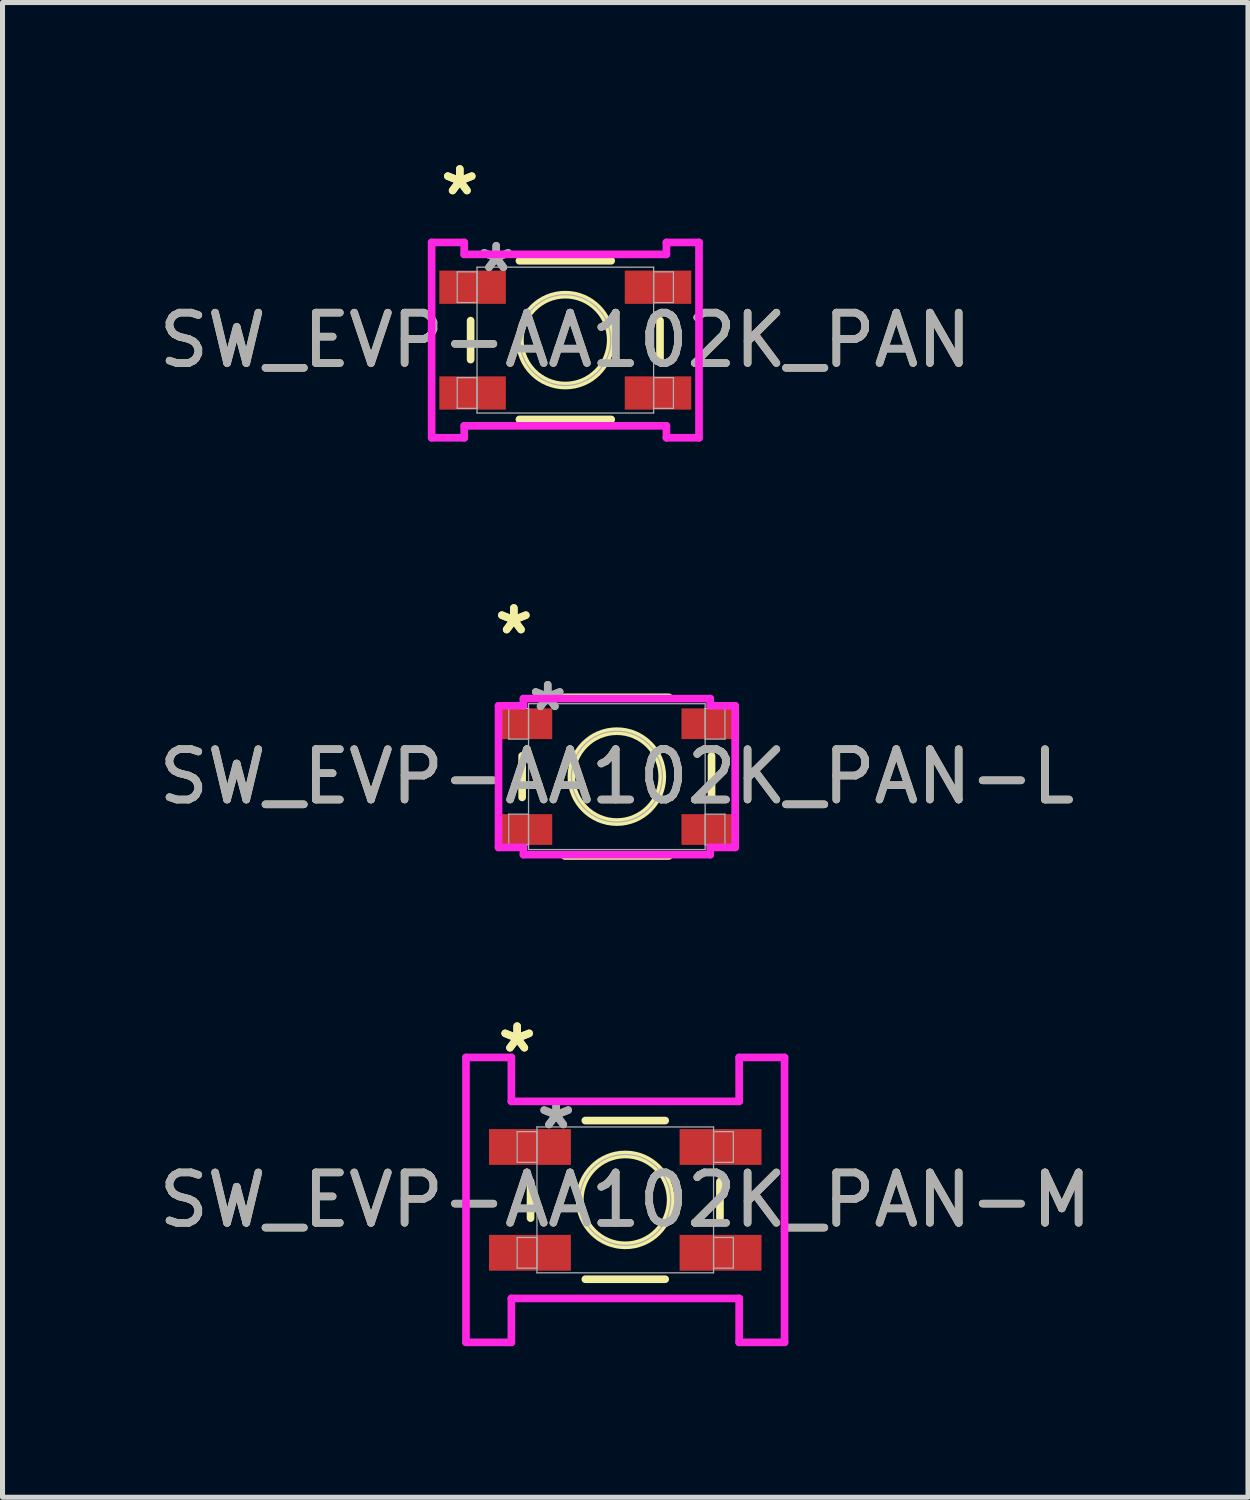
<source format=kicad_pcb>
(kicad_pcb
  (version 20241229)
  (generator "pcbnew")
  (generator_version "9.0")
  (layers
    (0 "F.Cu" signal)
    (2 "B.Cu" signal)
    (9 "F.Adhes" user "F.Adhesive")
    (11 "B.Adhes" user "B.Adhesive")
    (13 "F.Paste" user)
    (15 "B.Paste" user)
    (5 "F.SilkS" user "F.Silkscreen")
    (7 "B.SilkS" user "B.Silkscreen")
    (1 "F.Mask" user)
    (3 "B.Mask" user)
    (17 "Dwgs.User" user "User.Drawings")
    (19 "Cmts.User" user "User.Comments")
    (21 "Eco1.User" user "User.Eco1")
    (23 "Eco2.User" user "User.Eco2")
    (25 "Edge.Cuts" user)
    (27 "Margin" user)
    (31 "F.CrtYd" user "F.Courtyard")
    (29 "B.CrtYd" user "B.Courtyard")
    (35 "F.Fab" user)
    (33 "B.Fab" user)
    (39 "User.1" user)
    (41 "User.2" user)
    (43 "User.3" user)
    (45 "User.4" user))
  (footprint "SW_EVP-AA102K_PAN-L"
    (layer "F.Cu")
    (at 9.196 12.368)
    (property "Reference" "SW_EVP-AA102K_PAN-L" (at 0 0 0) (unlocked yes) (layer "F.SilkS") (effects (font (size 1 1) (thickness 0.15))))
    (attr smd)
    (fp_line (start -1.88 -0.412) (end -1.88 0.412) (stroke (width 0.152) (type solid)) (layer "F.SilkS"))
    (fp_line (start -1.033 1.575) (end 1.033 1.575) (stroke (width 0.152) (type solid)) (layer "F.SilkS"))
    (fp_line (start 1.033 -1.575) (end -1.033 -1.575) (stroke (width 0.152) (type solid)) (layer "F.SilkS"))
    (fp_line (start 1.88 0.412) (end 1.88 -0.412) (stroke (width 0.152) (type solid)) (layer "F.SilkS"))
    (fp_circle (center 0 0) (end 0.902 0) (stroke (width 0.152) (type solid)) (fill no) (layer "F.SilkS"))
    (fp_line (start -2.349 -1.406) (end -1.854 -1.406) (stroke (width 0.152) (type solid)) (layer "F.CrtYd"))
    (fp_line (start -2.349 1.406) (end -2.349 -1.406) (stroke (width 0.152) (type solid)) (layer "F.CrtYd"))
    (fp_line (start -1.854 -1.549) (end 1.854 -1.549) (stroke (width 0.152) (type solid)) (layer "F.CrtYd"))
    (fp_line (start -1.854 -1.406) (end -1.854 -1.549) (stroke (width 0.152) (type solid)) (layer "F.CrtYd"))
    (fp_line (start -1.854 1.406) (end -2.349 1.406) (stroke (width 0.152) (type solid)) (layer "F.CrtYd"))
    (fp_line (start -1.854 1.549) (end -1.854 1.406) (stroke (width 0.152) (type solid)) (layer "F.CrtYd"))
    (fp_line (start 1.854 -1.549) (end 1.854 -1.406) (stroke (width 0.152) (type solid)) (layer "F.CrtYd"))
    (fp_line (start 1.854 -1.406) (end 2.349 -1.406) (stroke (width 0.152) (type solid)) (layer "F.CrtYd"))
    (fp_line (start 1.854 1.406) (end 1.854 1.549) (stroke (width 0.152) (type solid)) (layer "F.CrtYd"))
    (fp_line (start 1.854 1.549) (end -1.854 1.549) (stroke (width 0.152) (type solid)) (layer "F.CrtYd"))
    (fp_line (start 2.349 -1.406) (end 2.349 1.406) (stroke (width 0.152) (type solid)) (layer "F.CrtYd"))
    (fp_line (start 2.349 1.406) (end 1.854 1.406) (stroke (width 0.152) (type solid)) (layer "F.CrtYd"))
    (fp_line (start -2.146 -1.355) (end -2.146 -0.745) (stroke (width 0.025) (type solid)) (layer "F.Fab"))
    (fp_line (start -2.146 -0.745) (end -1.753 -0.745) (stroke (width 0.025) (type solid)) (layer "F.Fab"))
    (fp_line (start -2.146 0.745) (end -2.146 1.355) (stroke (width 0.025) (type solid)) (layer "F.Fab"))
    (fp_line (start -2.146 1.355) (end -1.753 1.355) (stroke (width 0.025) (type solid)) (layer "F.Fab"))
    (fp_line (start -1.753 -1.448) (end -1.753 1.448) (stroke (width 0.025) (type solid)) (layer "F.Fab"))
    (fp_line (start -1.753 -1.355) (end -2.146 -1.355) (stroke (width 0.025) (type solid)) (layer "F.Fab"))
    (fp_line (start -1.753 -0.745) (end -1.753 -1.355) (stroke (width 0.025) (type solid)) (layer "F.Fab"))
    (fp_line (start -1.753 0.745) (end -2.146 0.745) (stroke (width 0.025) (type solid)) (layer "F.Fab"))
    (fp_line (start -1.753 1.355) (end -1.753 0.745) (stroke (width 0.025) (type solid)) (layer "F.Fab"))
    (fp_line (start -1.753 1.448) (end 1.753 1.448) (stroke (width 0.025) (type solid)) (layer "F.Fab"))
    (fp_line (start 1.753 -1.448) (end -1.753 -1.448) (stroke (width 0.025) (type solid)) (layer "F.Fab"))
    (fp_line (start 1.753 -1.355) (end 1.753 -0.745) (stroke (width 0.025) (type solid)) (layer "F.Fab"))
    (fp_line (start 1.753 -0.745) (end 2.146 -0.745) (stroke (width 0.025) (type solid)) (layer "F.Fab"))
    (fp_line (start 1.753 0.745) (end 1.753 1.355) (stroke (width 0.025) (type solid)) (layer "F.Fab"))
    (fp_line (start 1.753 1.355) (end 2.146 1.355) (stroke (width 0.025) (type solid)) (layer "F.Fab"))
    (fp_line (start 1.753 1.448) (end 1.753 -1.448) (stroke (width 0.025) (type solid)) (layer "F.Fab"))
    (fp_line (start 2.146 -1.355) (end 1.753 -1.355) (stroke (width 0.025) (type solid)) (layer "F.Fab"))
    (fp_line (start 2.146 -0.745) (end 2.146 -1.355) (stroke (width 0.025) (type solid)) (layer "F.Fab"))
    (fp_line (start 2.146 0.745) (end 1.753 0.745) (stroke (width 0.025) (type solid)) (layer "F.Fab"))
    (fp_line (start 2.146 1.355) (end 2.146 0.745) (stroke (width 0.025) (type solid)) (layer "F.Fab"))
    (fp_circle (center 0 0) (end 0.902 0) (stroke (width 0.025) (type solid)) (fill no) (layer "F.Fab"))
    (fp_text user "*" (at -2.045 -2.803 0) (layer "F.SilkS") (effects (font (size 1 1) (thickness 0.15))))
    (fp_text user "*" (at -2.045 -2.803 0) (unlocked yes) (layer "F.SilkS") (effects (font (size 1 1) (thickness 0.15))))
    (fp_text user "${REFERENCE}" (at 0 0 0) (unlocked yes) (layer "F.Fab") (effects (font (size 1 1) (thickness 0.15))))
    (fp_text user "*" (at -1.372 -1.279 0) (unlocked yes) (layer "F.Fab") (effects (font (size 1 1) (thickness 0.15))))
    (fp_text user "*" (at -1.372 -1.279 0) (layer "F.Fab") (effects (font (size 1 1) (thickness 0.15))))
    (pad "1" smd rect (at -1.791 -1.05) (size 1.016 0.61) (layers "F.Cu" "F.Mask" "F.Paste"))
    (pad "2" smd rect (at -1.791 1.05) (size 1.016 0.61) (layers "F.Cu" "F.Mask" "F.Paste"))
    (pad "3" smd rect (at 1.791 1.05) (size 1.016 0.61) (layers "F.Cu" "F.Mask" "F.Paste"))
    (pad "4" smd rect (at 1.791 -1.05) (size 1.016 0.61) (layers "F.Cu" "F.Mask" "F.Paste")))
  (footprint "SW_EVP-AA102K_PAN-M"
    (layer "F.Cu")
    (at 9.363 20.771)
    (property "Reference" "SW_EVP-AA102K_PAN-M" (at 0 0 0) (unlocked yes) (layer "F.SilkS") (effects (font (size 1 1) (thickness 0.15))))
    (attr smd)
    (fp_line (start -1.88 -0.362) (end -1.88 0.362) (stroke (width 0.152) (type solid)) (layer "F.SilkS"))
    (fp_line (start -0.793 1.575) (end 0.793 1.575) (stroke (width 0.152) (type solid)) (layer "F.SilkS"))
    (fp_line (start 0.793 -1.575) (end -0.793 -1.575) (stroke (width 0.152) (type solid)) (layer "F.SilkS"))
    (fp_line (start 1.88 0.362) (end 1.88 -0.362) (stroke (width 0.152) (type solid)) (layer "F.SilkS"))
    (fp_circle (center 0 0) (end 0.902 0) (stroke (width 0.152) (type solid)) (fill no) (layer "F.SilkS"))
    (fp_line (start -3.162 -2.828) (end -2.261 -2.828) (stroke (width 0.152) (type solid)) (layer "F.CrtYd"))
    (fp_line (start -3.162 2.828) (end -3.162 -2.828) (stroke (width 0.152) (type solid)) (layer "F.CrtYd"))
    (fp_line (start -2.261 -2.828) (end -2.261 -1.956) (stroke (width 0.152) (type solid)) (layer "F.CrtYd"))
    (fp_line (start -2.261 -1.956) (end 2.261 -1.956) (stroke (width 0.152) (type solid)) (layer "F.CrtYd"))
    (fp_line (start -2.261 1.956) (end -2.261 2.828) (stroke (width 0.152) (type solid)) (layer "F.CrtYd"))
    (fp_line (start -2.261 2.828) (end -3.162 2.828) (stroke (width 0.152) (type solid)) (layer "F.CrtYd"))
    (fp_line (start 2.261 -2.828) (end 3.162 -2.828) (stroke (width 0.152) (type solid)) (layer "F.CrtYd"))
    (fp_line (start 2.261 -1.956) (end 2.261 -2.828) (stroke (width 0.152) (type solid)) (layer "F.CrtYd"))
    (fp_line (start 2.261 1.956) (end -2.261 1.956) (stroke (width 0.152) (type solid)) (layer "F.CrtYd"))
    (fp_line (start 2.261 2.828) (end 2.261 1.956) (stroke (width 0.152) (type solid)) (layer "F.CrtYd"))
    (fp_line (start 3.162 -2.828) (end 3.162 2.828) (stroke (width 0.152) (type solid)) (layer "F.CrtYd"))
    (fp_line (start 3.162 2.828) (end 2.261 2.828) (stroke (width 0.152) (type solid)) (layer "F.CrtYd"))
    (fp_line (start -2.146 -1.355) (end -2.146 -0.745) (stroke (width 0.025) (type solid)) (layer "F.Fab"))
    (fp_line (start -2.146 -0.745) (end -1.753 -0.745) (stroke (width 0.025) (type solid)) (layer "F.Fab"))
    (fp_line (start -2.146 0.745) (end -2.146 1.355) (stroke (width 0.025) (type solid)) (layer "F.Fab"))
    (fp_line (start -2.146 1.355) (end -1.753 1.355) (stroke (width 0.025) (type solid)) (layer "F.Fab"))
    (fp_line (start -1.753 -1.448) (end -1.753 1.448) (stroke (width 0.025) (type solid)) (layer "F.Fab"))
    (fp_line (start -1.753 -1.355) (end -2.146 -1.355) (stroke (width 0.025) (type solid)) (layer "F.Fab"))
    (fp_line (start -1.753 -0.745) (end -1.753 -1.355) (stroke (width 0.025) (type solid)) (layer "F.Fab"))
    (fp_line (start -1.753 0.745) (end -2.146 0.745) (stroke (width 0.025) (type solid)) (layer "F.Fab"))
    (fp_line (start -1.753 1.355) (end -1.753 0.745) (stroke (width 0.025) (type solid)) (layer "F.Fab"))
    (fp_line (start -1.753 1.448) (end 1.753 1.448) (stroke (width 0.025) (type solid)) (layer "F.Fab"))
    (fp_line (start 1.753 -1.448) (end -1.753 -1.448) (stroke (width 0.025) (type solid)) (layer "F.Fab"))
    (fp_line (start 1.753 -1.355) (end 1.753 -0.745) (stroke (width 0.025) (type solid)) (layer "F.Fab"))
    (fp_line (start 1.753 -0.745) (end 2.146 -0.745) (stroke (width 0.025) (type solid)) (layer "F.Fab"))
    (fp_line (start 1.753 0.745) (end 1.753 1.355) (stroke (width 0.025) (type solid)) (layer "F.Fab"))
    (fp_line (start 1.753 1.355) (end 2.146 1.355) (stroke (width 0.025) (type solid)) (layer "F.Fab"))
    (fp_line (start 1.753 1.448) (end 1.753 -1.448) (stroke (width 0.025) (type solid)) (layer "F.Fab"))
    (fp_line (start 2.146 -1.355) (end 1.753 -1.355) (stroke (width 0.025) (type solid)) (layer "F.Fab"))
    (fp_line (start 2.146 -0.745) (end 2.146 -1.355) (stroke (width 0.025) (type solid)) (layer "F.Fab"))
    (fp_line (start 2.146 0.745) (end 1.753 0.745) (stroke (width 0.025) (type solid)) (layer "F.Fab"))
    (fp_line (start 2.146 1.355) (end 2.146 0.745) (stroke (width 0.025) (type solid)) (layer "F.Fab"))
    (fp_circle (center 0 0) (end 0.902 0) (stroke (width 0.025) (type solid)) (fill no) (layer "F.Fab"))
    (fp_text user "*" (at -2.146 -2.904 0) (layer "F.SilkS") (effects (font (size 1 1) (thickness 0.15))))
    (fp_text user "*" (at -2.146 -2.904 0) (unlocked yes) (layer "F.SilkS") (effects (font (size 1 1) (thickness 0.15))))
    (fp_text user "*" (at -1.372 -1.38 0) (layer "F.Fab") (effects (font (size 1 1) (thickness 0.15))))
    (fp_text user "*" (at -1.372 -1.38 0) (unlocked yes) (layer "F.Fab") (effects (font (size 1 1) (thickness 0.15))))
    (fp_text user "${REFERENCE}" (at 0 0 0) (unlocked yes) (layer "F.Fab") (effects (font (size 1 1) (thickness 0.15))))
    (pad "1" smd rect (at -1.892 -1.05) (size 1.626 0.711) (layers "F.Cu" "F.Mask" "F.Paste"))
    (pad "2" smd rect (at -1.892 1.05) (size 1.626 0.711) (layers "F.Cu" "F.Mask" "F.Paste"))
    (pad "3" smd rect (at 1.892 1.05) (size 1.626 0.711) (layers "F.Cu" "F.Mask" "F.Paste"))
    (pad "4" smd rect (at 1.892 -1.05) (size 1.626 0.711) (layers "F.Cu" "F.Mask" "F.Paste")))
  (footprint "SW_EVP-AA102K_PAN"
    (layer "F.Cu")
    (at 8.173 3.702)
    (property "Reference" "SW_EVP-AA102K_PAN" (at 0 0 0) (unlocked yes) (layer "F.SilkS") (effects (font (size 1 1) (thickness 0.15))))
    (attr smd)
    (fp_line (start -1.88 -0.387) (end -1.88 0.387) (stroke (width 0.152) (type solid)) (layer "F.SilkS"))
    (fp_line (start -0.911 1.575) (end 0.911 1.575) (stroke (width 0.152) (type solid)) (layer "F.SilkS"))
    (fp_line (start 0.911 -1.575) (end -0.911 -1.575) (stroke (width 0.152) (type solid)) (layer "F.SilkS"))
    (fp_line (start 1.88 0.387) (end 1.88 -0.387) (stroke (width 0.152) (type solid)) (layer "F.SilkS"))
    (fp_circle (center 0 0) (end 0.902 0) (stroke (width 0.152) (type solid)) (fill no) (layer "F.SilkS"))
    (fp_line (start -2.654 -1.939) (end -2.007 -1.939) (stroke (width 0.152) (type solid)) (layer "F.CrtYd"))
    (fp_line (start -2.654 1.939) (end -2.654 -1.939) (stroke (width 0.152) (type solid)) (layer "F.CrtYd"))
    (fp_line (start -2.007 -1.939) (end -2.007 -1.702) (stroke (width 0.152) (type solid)) (layer "F.CrtYd"))
    (fp_line (start -2.007 -1.702) (end 2.007 -1.702) (stroke (width 0.152) (type solid)) (layer "F.CrtYd"))
    (fp_line (start -2.007 1.702) (end -2.007 1.939) (stroke (width 0.152) (type solid)) (layer "F.CrtYd"))
    (fp_line (start -2.007 1.939) (end -2.654 1.939) (stroke (width 0.152) (type solid)) (layer "F.CrtYd"))
    (fp_line (start 2.007 -1.939) (end 2.654 -1.939) (stroke (width 0.152) (type solid)) (layer "F.CrtYd"))
    (fp_line (start 2.007 -1.702) (end 2.007 -1.939) (stroke (width 0.152) (type solid)) (layer "F.CrtYd"))
    (fp_line (start 2.007 1.702) (end -2.007 1.702) (stroke (width 0.152) (type solid)) (layer "F.CrtYd"))
    (fp_line (start 2.007 1.939) (end 2.007 1.702) (stroke (width 0.152) (type solid)) (layer "F.CrtYd"))
    (fp_line (start 2.654 -1.939) (end 2.654 1.939) (stroke (width 0.152) (type solid)) (layer "F.CrtYd"))
    (fp_line (start 2.654 1.939) (end 2.007 1.939) (stroke (width 0.152) (type solid)) (layer "F.CrtYd"))
    (fp_line (start -2.146 -1.355) (end -2.146 -0.745) (stroke (width 0.025) (type solid)) (layer "F.Fab"))
    (fp_line (start -2.146 -0.745) (end -1.753 -0.745) (stroke (width 0.025) (type solid)) (layer "F.Fab"))
    (fp_line (start -2.146 0.745) (end -2.146 1.355) (stroke (width 0.025) (type solid)) (layer "F.Fab"))
    (fp_line (start -2.146 1.355) (end -1.753 1.355) (stroke (width 0.025) (type solid)) (layer "F.Fab"))
    (fp_line (start -1.753 -1.448) (end -1.753 1.448) (stroke (width 0.025) (type solid)) (layer "F.Fab"))
    (fp_line (start -1.753 -1.355) (end -2.146 -1.355) (stroke (width 0.025) (type solid)) (layer "F.Fab"))
    (fp_line (start -1.753 -0.745) (end -1.753 -1.355) (stroke (width 0.025) (type solid)) (layer "F.Fab"))
    (fp_line (start -1.753 0.745) (end -2.146 0.745) (stroke (width 0.025) (type solid)) (layer "F.Fab"))
    (fp_line (start -1.753 1.355) (end -1.753 0.745) (stroke (width 0.025) (type solid)) (layer "F.Fab"))
    (fp_line (start -1.753 1.448) (end 1.753 1.448) (stroke (width 0.025) (type solid)) (layer "F.Fab"))
    (fp_line (start 1.753 -1.448) (end -1.753 -1.448) (stroke (width 0.025) (type solid)) (layer "F.Fab"))
    (fp_line (start 1.753 -1.355) (end 1.753 -0.745) (stroke (width 0.025) (type solid)) (layer "F.Fab"))
    (fp_line (start 1.753 -0.745) (end 2.146 -0.745) (stroke (width 0.025) (type solid)) (layer "F.Fab"))
    (fp_line (start 1.753 0.745) (end 1.753 1.355) (stroke (width 0.025) (type solid)) (layer "F.Fab"))
    (fp_line (start 1.753 1.355) (end 2.146 1.355) (stroke (width 0.025) (type solid)) (layer "F.Fab"))
    (fp_line (start 1.753 1.448) (end 1.753 -1.448) (stroke (width 0.025) (type solid)) (layer "F.Fab"))
    (fp_line (start 2.146 -1.355) (end 1.753 -1.355) (stroke (width 0.025) (type solid)) (layer "F.Fab"))
    (fp_line (start 2.146 -0.745) (end 2.146 -1.355) (stroke (width 0.025) (type solid)) (layer "F.Fab"))
    (fp_line (start 2.146 0.745) (end 1.753 0.745) (stroke (width 0.025) (type solid)) (layer "F.Fab"))
    (fp_line (start 2.146 1.355) (end 2.146 0.745) (stroke (width 0.025) (type solid)) (layer "F.Fab"))
    (fp_circle (center 0 0) (end 0.902 0) (stroke (width 0.025) (type solid)) (fill no) (layer "F.Fab"))
    (fp_text user "*" (at -2.095 -2.853 0) (unlocked yes) (layer "F.SilkS") (effects (font (size 1 1) (thickness 0.15))))
    (fp_text user "*" (at -2.095 -2.853 0) (layer "F.SilkS") (effects (font (size 1 1) (thickness 0.15))))
    (fp_text user "*" (at -1.372 -1.329 0) (layer "F.Fab") (effects (font (size 1 1) (thickness 0.15))))
    (fp_text user "*" (at -1.372 -1.329 0) (unlocked yes) (layer "F.Fab") (effects (font (size 1 1) (thickness 0.15))))
    (fp_text user "${REFERENCE}" (at 0 0 0) (unlocked yes) (layer "F.Fab") (effects (font (size 1 1) (thickness 0.15))))
    (pad "1" smd rect (at -1.841 -1.05) (size 1.321 0.66) (layers "F.Cu" "F.Mask" "F.Paste"))
    (pad "2" smd rect (at -1.841 1.05) (size 1.321 0.66) (layers "F.Cu" "F.Mask" "F.Paste"))
    (pad "3" smd rect (at 1.841 1.05) (size 1.321 0.66) (layers "F.Cu" "F.Mask" "F.Paste"))
    (pad "4" smd rect (at 1.841 -1.05) (size 1.321 0.66) (layers "F.Cu" "F.Mask" "F.Paste")))
  (gr_rect
    (start -3 -3)
    (end 21.726 26.675)
    (stroke (width 0.1) (type default))
    (fill no)
    (layer "Edge.Cuts")))
</source>
